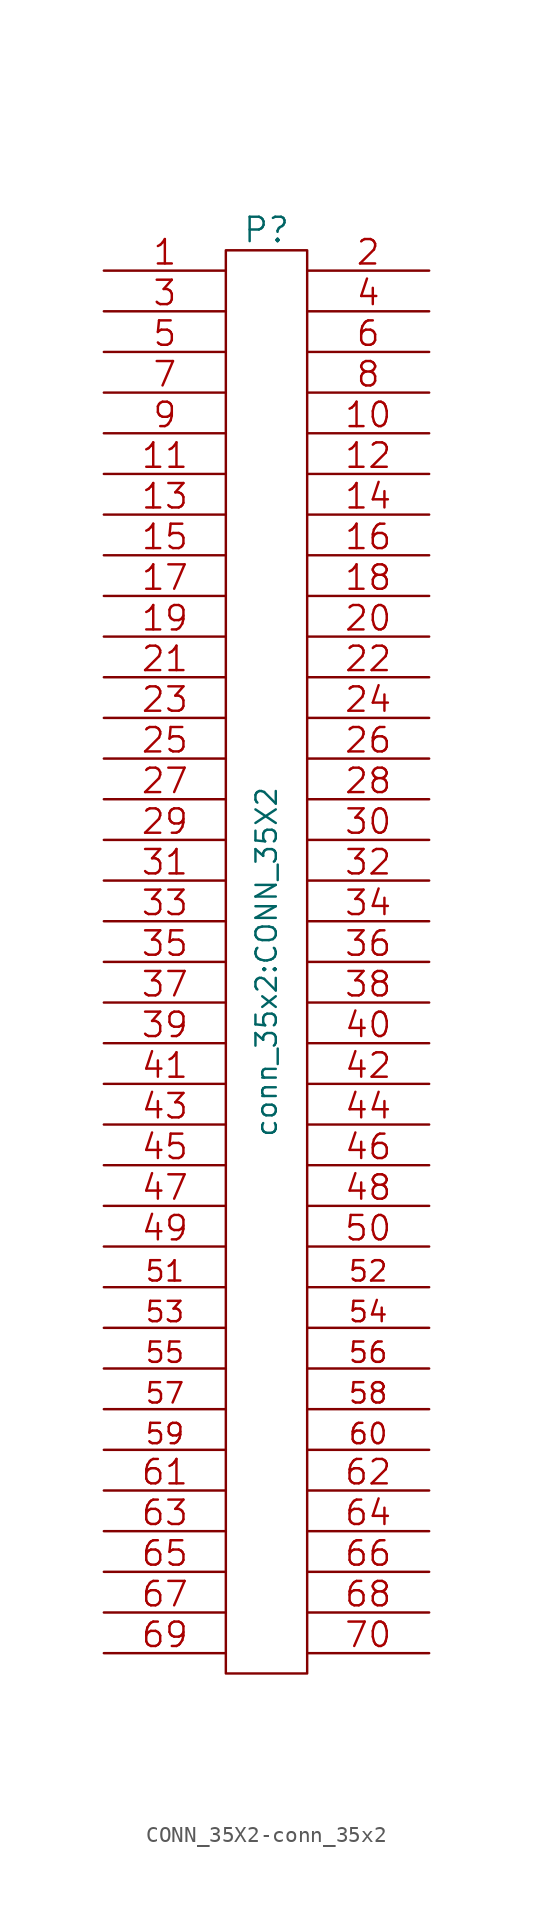
<source format=kicad_sym>
(kicad_symbol_lib
  (version 20220914)
  (generator kicad_symbol_editor)
  (symbol "CONN_35X2-conn_35x2"
    (pin_names
      (offset 0.254) hide)
    (property "Reference" "P"
      (at 0 45.72 0)
      (effects (font (size 1.524 1.524))))
    (property "Value" "conn_35x2:CONN_35X2"
      (at 0 0 90)
      (effects (font (size 1.27 1.27))))
    (property "Footprint" ""
      (at 0 6.35 0)
      (effects (font (size 1.524 1.524))))
    (property "Datasheet" ""
      (at 0 6.35 0)
      (effects (font (size 1.524 1.524))))
    (symbol "CONN_35X2-conn_35x2_0_1"
      (rectangle (start -2.54 -44.45) (end 2.54 44.45) (stroke (width 0) (type solid)) (fill (type none))))
    (symbol "CONN_35X2-conn_35x2_1_1"
      (pin passive line (at -10.16 43.18 0) (length 7.62) (name "P1" (effects (font (size 0.762 0.762)))) (number "1" (effects (font (size 1.524 1.524)))))
      (pin passive line (at 10.16 33.02 180) (length 7.62) (name "P10" (effects (font (size 0.762 0.762)))) (number "10" (effects (font (size 1.524 1.524)))))
      (pin passive line (at -10.16 30.48 0) (length 7.62) (name "P11" (effects (font (size 0.762 0.762)))) (number "11" (effects (font (size 1.524 1.524)))))
      (pin passive line (at 10.16 30.48 180) (length 7.62) (name "P12" (effects (font (size 0.762 0.762)))) (number "12" (effects (font (size 1.524 1.524)))))
      (pin passive line (at -10.16 27.94 0) (length 7.62) (name "P13" (effects (font (size 0.762 0.762)))) (number "13" (effects (font (size 1.524 1.524)))))
      (pin passive line (at 10.16 27.94 180) (length 7.62) (name "P14" (effects (font (size 0.762 0.762)))) (number "14" (effects (font (size 1.524 1.524)))))
      (pin passive line (at -10.16 25.4 0) (length 7.62) (name "P15" (effects (font (size 0.762 0.762)))) (number "15" (effects (font (size 1.524 1.524)))))
      (pin passive line (at 10.16 25.4 180) (length 7.62) (name "P16" (effects (font (size 0.762 0.762)))) (number "16" (effects (font (size 1.524 1.524)))))
      (pin passive line (at -10.16 22.86 0) (length 7.62) (name "P17" (effects (font (size 0.762 0.762)))) (number "17" (effects (font (size 1.524 1.524)))))
      (pin passive line (at 10.16 22.86 180) (length 7.62) (name "P18" (effects (font (size 0.762 0.762)))) (number "18" (effects (font (size 1.524 1.524)))))
      (pin passive line (at -10.16 20.32 0) (length 7.62) (name "P19" (effects (font (size 0.762 0.762)))) (number "19" (effects (font (size 1.524 1.524)))))
      (pin passive line (at 10.16 43.18 180) (length 7.62) (name "P2" (effects (font (size 0.762 0.762)))) (number "2" (effects (font (size 1.524 1.524)))))
      (pin passive line (at 10.16 20.32 180) (length 7.62) (name "P20" (effects (font (size 0.762 0.762)))) (number "20" (effects (font (size 1.524 1.524)))))
      (pin passive line (at -10.16 17.78 0) (length 7.62) (name "P21" (effects (font (size 0.762 0.762)))) (number "21" (effects (font (size 1.524 1.524)))))
      (pin passive line (at 10.16 17.78 180) (length 7.62) (name "P22" (effects (font (size 0.762 0.762)))) (number "22" (effects (font (size 1.524 1.524)))))
      (pin passive line (at -10.16 15.24 0) (length 7.62) (name "P23" (effects (font (size 0.762 0.762)))) (number "23" (effects (font (size 1.524 1.524)))))
      (pin passive line (at 10.16 15.24 180) (length 7.62) (name "P24" (effects (font (size 0.762 0.762)))) (number "24" (effects (font (size 1.524 1.524)))))
      (pin passive line (at -10.16 12.7 0) (length 7.62) (name "~" (effects (font (size 0.762 0.762)))) (number "25" (effects (font (size 1.524 1.524)))))
      (pin passive line (at 10.16 12.7 180) (length 7.62) (name "P26" (effects (font (size 0.762 0.762)))) (number "26" (effects (font (size 1.524 1.524)))))
      (pin passive line (at -10.16 10.16 0) (length 7.62) (name "P27" (effects (font (size 0.762 0.762)))) (number "27" (effects (font (size 1.524 1.524)))))
      (pin passive line (at 10.16 10.16 180) (length 7.62) (name "P28" (effects (font (size 0.762 0.762)))) (number "28" (effects (font (size 1.524 1.524)))))
      (pin passive line (at -10.16 7.62 0) (length 7.62) (name "P29" (effects (font (size 0.762 0.762)))) (number "29" (effects (font (size 1.524 1.524)))))
      (pin passive line (at -10.16 40.64 0) (length 7.62) (name "P3" (effects (font (size 0.762 0.762)))) (number "3" (effects (font (size 1.524 1.524)))))
      (pin passive line (at 10.16 7.62 180) (length 7.62) (name "P30" (effects (font (size 0.762 0.762)))) (number "30" (effects (font (size 1.524 1.524)))))
      (pin passive line (at -10.16 5.08 0) (length 7.62) (name "P31" (effects (font (size 0.762 0.762)))) (number "31" (effects (font (size 1.524 1.524)))))
      (pin passive line (at 10.16 5.08 180) (length 7.62) (name "P32" (effects (font (size 0.762 0.762)))) (number "32" (effects (font (size 1.524 1.524)))))
      (pin passive line (at -10.16 2.54 0) (length 7.62) (name "P33" (effects (font (size 0.762 0.762)))) (number "33" (effects (font (size 1.524 1.524)))))
      (pin passive line (at 10.16 2.54 180) (length 7.62) (name "P34" (effects (font (size 0.762 0.762)))) (number "34" (effects (font (size 1.524 1.524)))))
      (pin passive line (at -10.16 0 0) (length 7.62) (name "P35" (effects (font (size 0.762 0.762)))) (number "35" (effects (font (size 1.524 1.524)))))
      (pin passive line (at 10.16 0 180) (length 7.62) (name "P36" (effects (font (size 0.762 0.762)))) (number "36" (effects (font (size 1.524 1.524)))))
      (pin passive line (at -10.16 -2.54 0) (length 7.62) (name "P37" (effects (font (size 0.762 0.762)))) (number "37" (effects (font (size 1.524 1.524)))))
      (pin passive line (at 10.16 -2.54 180) (length 7.62) (name "P38" (effects (font (size 0.762 0.762)))) (number "38" (effects (font (size 1.524 1.524)))))
      (pin passive line (at -10.16 -5.08 0) (length 7.62) (name "P39" (effects (font (size 0.762 0.762)))) (number "39" (effects (font (size 1.524 1.524)))))
      (pin passive line (at 10.16 40.64 180) (length 7.62) (name "P4" (effects (font (size 0.762 0.762)))) (number "4" (effects (font (size 1.524 1.524)))))
      (pin passive line (at 10.16 -5.08 180) (length 7.62) (name "P40" (effects (font (size 0.762 0.762)))) (number "40" (effects (font (size 1.524 1.524)))))
      (pin passive line (at -10.16 -7.62 0) (length 7.62) (name "P41" (effects (font (size 0.762 0.762)))) (number "41" (effects (font (size 1.524 1.524)))))
      (pin passive line (at 10.16 -7.62 180) (length 7.62) (name "P42" (effects (font (size 0.762 0.762)))) (number "42" (effects (font (size 1.524 1.524)))))
      (pin passive line (at -10.16 -10.16 0) (length 7.62) (name "P43" (effects (font (size 0.762 0.762)))) (number "43" (effects (font (size 1.524 1.524)))))
      (pin passive line (at 10.16 -10.16 180) (length 7.62) (name "P44" (effects (font (size 0.762 0.762)))) (number "44" (effects (font (size 1.524 1.524)))))
      (pin passive line (at -10.16 -12.7 0) (length 7.62) (name "P45" (effects (font (size 0.762 0.762)))) (number "45" (effects (font (size 1.524 1.524)))))
      (pin passive line (at 10.16 -12.7 180) (length 7.62) (name "P46" (effects (font (size 0.762 0.762)))) (number "46" (effects (font (size 1.524 1.524)))))
      (pin passive line (at -10.16 -15.24 0) (length 7.62) (name "P47" (effects (font (size 0.762 0.762)))) (number "47" (effects (font (size 1.524 1.524)))))
      (pin passive line (at 10.16 -15.24 180) (length 7.62) (name "P48" (effects (font (size 0.762 0.762)))) (number "48" (effects (font (size 1.524 1.524)))))
      (pin passive line (at -10.16 -17.78 0) (length 7.62) (name "P49" (effects (font (size 0.762 0.762)))) (number "49" (effects (font (size 1.524 1.524)))))
      (pin passive line (at -10.16 38.1 0) (length 7.62) (name "P5" (effects (font (size 0.762 0.762)))) (number "5" (effects (font (size 1.524 1.524)))))
      (pin passive line (at 10.16 -17.78 180) (length 7.62) (name "P50" (effects (font (size 0.762 0.762)))) (number "50" (effects (font (size 1.524 1.524)))))
      (pin passive line (at -10.16 -20.32 0) (length 7.62) (name "P51" (effects (font (size 1.27 1.27)))) (number "51" (effects (font (size 1.27 1.27)))))
      (pin passive line (at 10.16 -20.32 180) (length 7.62) (name "P52" (effects (font (size 1.27 1.27)))) (number "52" (effects (font (size 1.27 1.27)))))
      (pin passive line (at -10.16 -22.86 0) (length 7.62) (name "P53" (effects (font (size 1.27 1.27)))) (number "53" (effects (font (size 1.27 1.27)))))
      (pin passive line (at 10.16 -22.86 180) (length 7.62) (name "P54" (effects (font (size 1.27 1.27)))) (number "54" (effects (font (size 1.27 1.27)))))
      (pin passive line (at -10.16 -25.4 0) (length 7.62) (name "P55" (effects (font (size 1.27 1.27)))) (number "55" (effects (font (size 1.27 1.27)))))
      (pin passive line (at 10.16 -25.4 180) (length 7.62) (name "P56" (effects (font (size 1.27 1.27)))) (number "56" (effects (font (size 1.27 1.27)))))
      (pin passive line (at -10.16 -27.94 0) (length 7.62) (name "P57" (effects (font (size 1.27 1.27)))) (number "57" (effects (font (size 1.27 1.27)))))
      (pin passive line (at 10.16 -27.94 180) (length 7.62) (name "P58" (effects (font (size 1.27 1.27)))) (number "58" (effects (font (size 1.27 1.27)))))
      (pin passive line (at -10.16 -30.48 0) (length 7.62) (name "P59" (effects (font (size 1.27 1.27)))) (number "59" (effects (font (size 1.27 1.27)))))
      (pin passive line (at 10.16 38.1 180) (length 7.62) (name "P6" (effects (font (size 0.762 0.762)))) (number "6" (effects (font (size 1.524 1.524)))))
      (pin passive line (at 10.16 -30.48 180) (length 7.62) (name "P60" (effects (font (size 1.27 1.27)))) (number "60" (effects (font (size 1.27 1.27)))))
      (pin passive line (at -10.16 -33.02 0) (length 7.62) (name "P61" (effects (font (size 0.762 0.762)))) (number "61" (effects (font (size 1.524 1.524)))))
      (pin passive line (at 10.16 -33.02 180) (length 7.62) (name "P62" (effects (font (size 0.762 0.762)))) (number "62" (effects (font (size 1.524 1.524)))))
      (pin passive line (at -10.16 -35.56 0) (length 7.62) (name "P63" (effects (font (size 0.762 0.762)))) (number "63" (effects (font (size 1.524 1.524)))))
      (pin passive line (at 10.16 -35.56 180) (length 7.62) (name "P64" (effects (font (size 0.762 0.762)))) (number "64" (effects (font (size 1.524 1.524)))))
      (pin passive line (at -10.16 -38.1 0) (length 7.62) (name "P65" (effects (font (size 0.762 0.762)))) (number "65" (effects (font (size 1.524 1.524)))))
      (pin passive line (at 10.16 -38.1 180) (length 7.62) (name "P66" (effects (font (size 0.762 0.762)))) (number "66" (effects (font (size 1.524 1.524)))))
      (pin passive line (at -10.16 -40.64 0) (length 7.62) (name "P67" (effects (font (size 0.762 0.762)))) (number "67" (effects (font (size 1.524 1.524)))))
      (pin passive line (at 10.16 -40.64 180) (length 7.62) (name "P68" (effects (font (size 0.762 0.762)))) (number "68" (effects (font (size 1.524 1.524)))))
      (pin passive line (at -10.16 -43.18 0) (length 7.62) (name "P69" (effects (font (size 0.762 0.762)))) (number "69" (effects (font (size 1.524 1.524)))))
      (pin passive line (at -10.16 35.56 0) (length 7.62) (name "P7" (effects (font (size 0.762 0.762)))) (number "7" (effects (font (size 1.524 1.524)))))
      (pin passive line (at 10.16 -43.18 180) (length 7.62) (name "P70" (effects (font (size 0.762 0.762)))) (number "70" (effects (font (size 1.524 1.524)))))
      (pin passive line (at 10.16 35.56 180) (length 7.62) (name "P8" (effects (font (size 0.762 0.762)))) (number "8" (effects (font (size 1.524 1.524)))))
      (pin passive line (at -10.16 33.02 0) (length 7.62) (name "P9" (effects (font (size 0.762 0.762)))) (number "9" (effects (font (size 1.524 1.524))))))))
</source>
